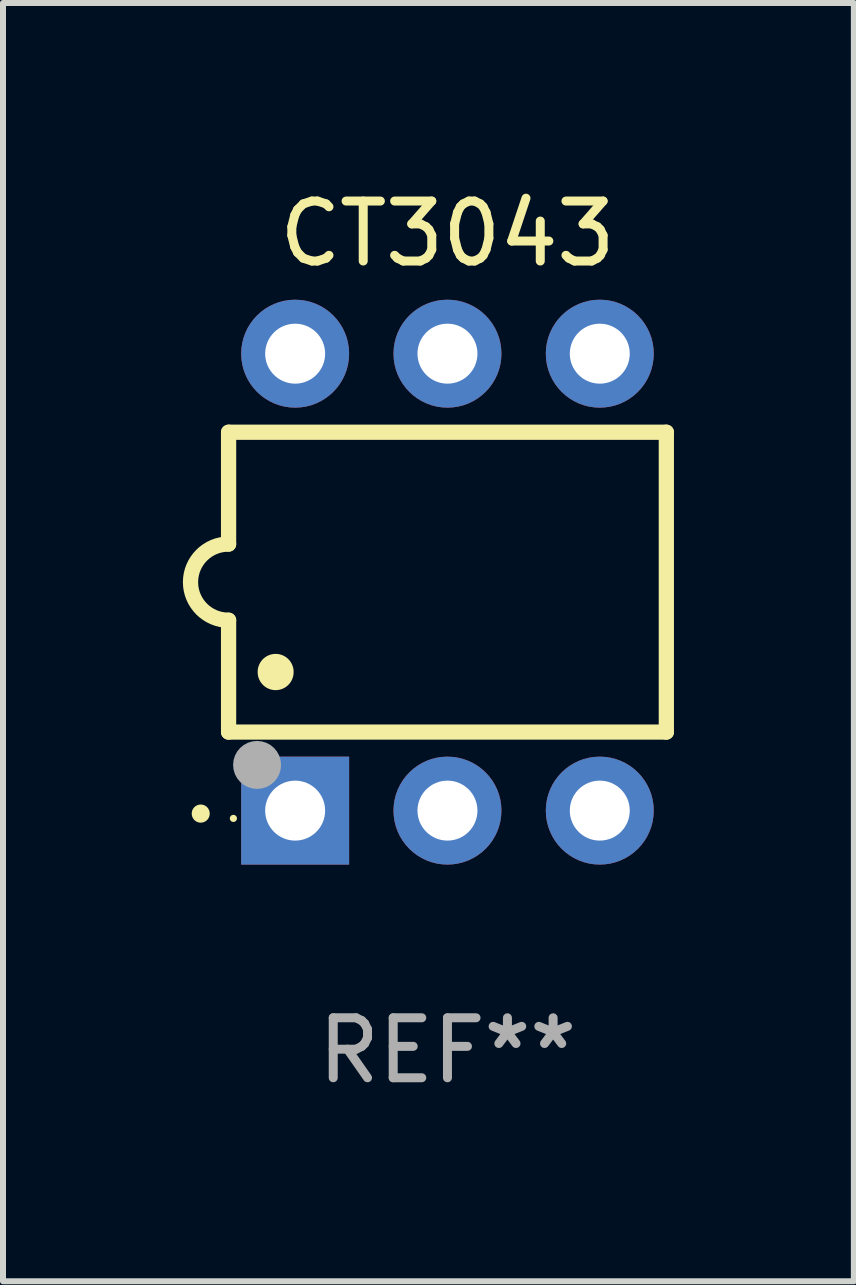
<source format=kicad_pcb>
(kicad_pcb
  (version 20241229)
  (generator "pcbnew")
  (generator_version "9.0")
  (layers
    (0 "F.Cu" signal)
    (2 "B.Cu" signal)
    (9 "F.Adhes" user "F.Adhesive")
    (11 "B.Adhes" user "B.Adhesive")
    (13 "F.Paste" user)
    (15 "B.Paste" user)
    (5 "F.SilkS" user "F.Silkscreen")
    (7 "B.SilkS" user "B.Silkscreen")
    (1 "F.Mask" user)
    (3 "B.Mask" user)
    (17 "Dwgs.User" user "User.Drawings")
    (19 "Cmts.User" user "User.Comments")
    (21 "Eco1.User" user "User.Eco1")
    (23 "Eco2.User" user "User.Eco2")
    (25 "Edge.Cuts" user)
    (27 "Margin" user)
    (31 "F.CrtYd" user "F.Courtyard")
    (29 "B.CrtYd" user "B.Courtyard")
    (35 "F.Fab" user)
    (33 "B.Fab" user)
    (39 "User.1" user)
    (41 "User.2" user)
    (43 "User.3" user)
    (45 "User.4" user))
  (footprint "CT3043"
    (layer "F.Cu")
    (at 4.412 6.658)
    (property "Reference" "CT3043" (at 0 -5.81 0) (layer "F.SilkS") (effects (font (size 1 1) (thickness 0.15))))
    (attr through_hole)
    (fp_line (start -3.65 -2.5) (end 3.65 -2.5) (stroke (width 0.254) (type solid)) (layer "F.SilkS"))
    (fp_line (start -3.65 -0.635) (end -3.65 -2.5) (stroke (width 0.254) (type solid)) (layer "F.SilkS"))
    (fp_line (start -3.65 0.635) (end -3.65 2.5) (stroke (width 0.254) (type solid)) (layer "F.SilkS"))
    (fp_line (start -3.65 2.5) (end 3.65 2.5) (stroke (width 0.254) (type solid)) (layer "F.SilkS"))
    (fp_line (start 3.65 -2.5) (end 3.65 2.5) (stroke (width 0.254) (type solid)) (layer "F.SilkS"))
    (fp_arc (start -4.114808 3.860808) (mid -4.114813 3.859538) (end -4.114808 3.858268) (stroke (width 0.3) (type solid)) (layer "F.SilkS"))
    (fp_arc (start -3.650013 0.635001) (mid -4.285014 0) (end -3.650013 -0.635001) (stroke (width 0.254001) (type solid)) (layer "F.SilkS"))
    (fp_arc (start -2.865405 1.501143) (mid -2.865416 1.498603) (end -2.865405 1.496063) (stroke (width 0.6) (type solid)) (layer "F.SilkS"))
    (fp_circle (center -3.57 3.94) (end -3.54 3.94) (stroke (width 0.06) (type solid)) (fill no) (layer "F.SilkS"))
    (fp_circle (center -3.175 3.048) (end -2.975 3.048) (stroke (width 0.4) (type solid)) (fill no) (layer "F.Fab"))
    (fp_text user "REF**" (at 0 7.81 0) (layer "F.Fab") (effects (font (size 1 1) (thickness 0.15))))
    (pad "1" thru_hole rect (at -2.54 3.81 90) (size 1.8 1.8) (drill 1) (layers "*.Cu" "*.Mask"))
    (pad "2" thru_hole circle (at 0 3.81) (size 1.8 1.8) (drill 1) (layers "*.Cu" "*.Mask"))
    (pad "3" thru_hole circle (at 2.54 3.81) (size 1.8 1.8) (drill 1) (layers "*.Cu" "*.Mask"))
    (pad "4" thru_hole circle (at 2.54 -3.81) (size 1.8 1.8) (drill 1) (layers "*.Cu" "*.Mask"))
    (pad "5" thru_hole circle (at 0 -3.81) (size 1.8 1.8) (drill 1) (layers "*.Cu" "*.Mask"))
    (pad "6" thru_hole circle (at -2.54 -3.81) (size 1.8 1.8) (drill 1) (layers "*.Cu" "*.Mask")))
  (gr_rect
    (start -3 -3)
    (end 11.189 18.317)
    (stroke (width 0.1) (type default))
    (fill no)
    (layer "Edge.Cuts")))
</source>
